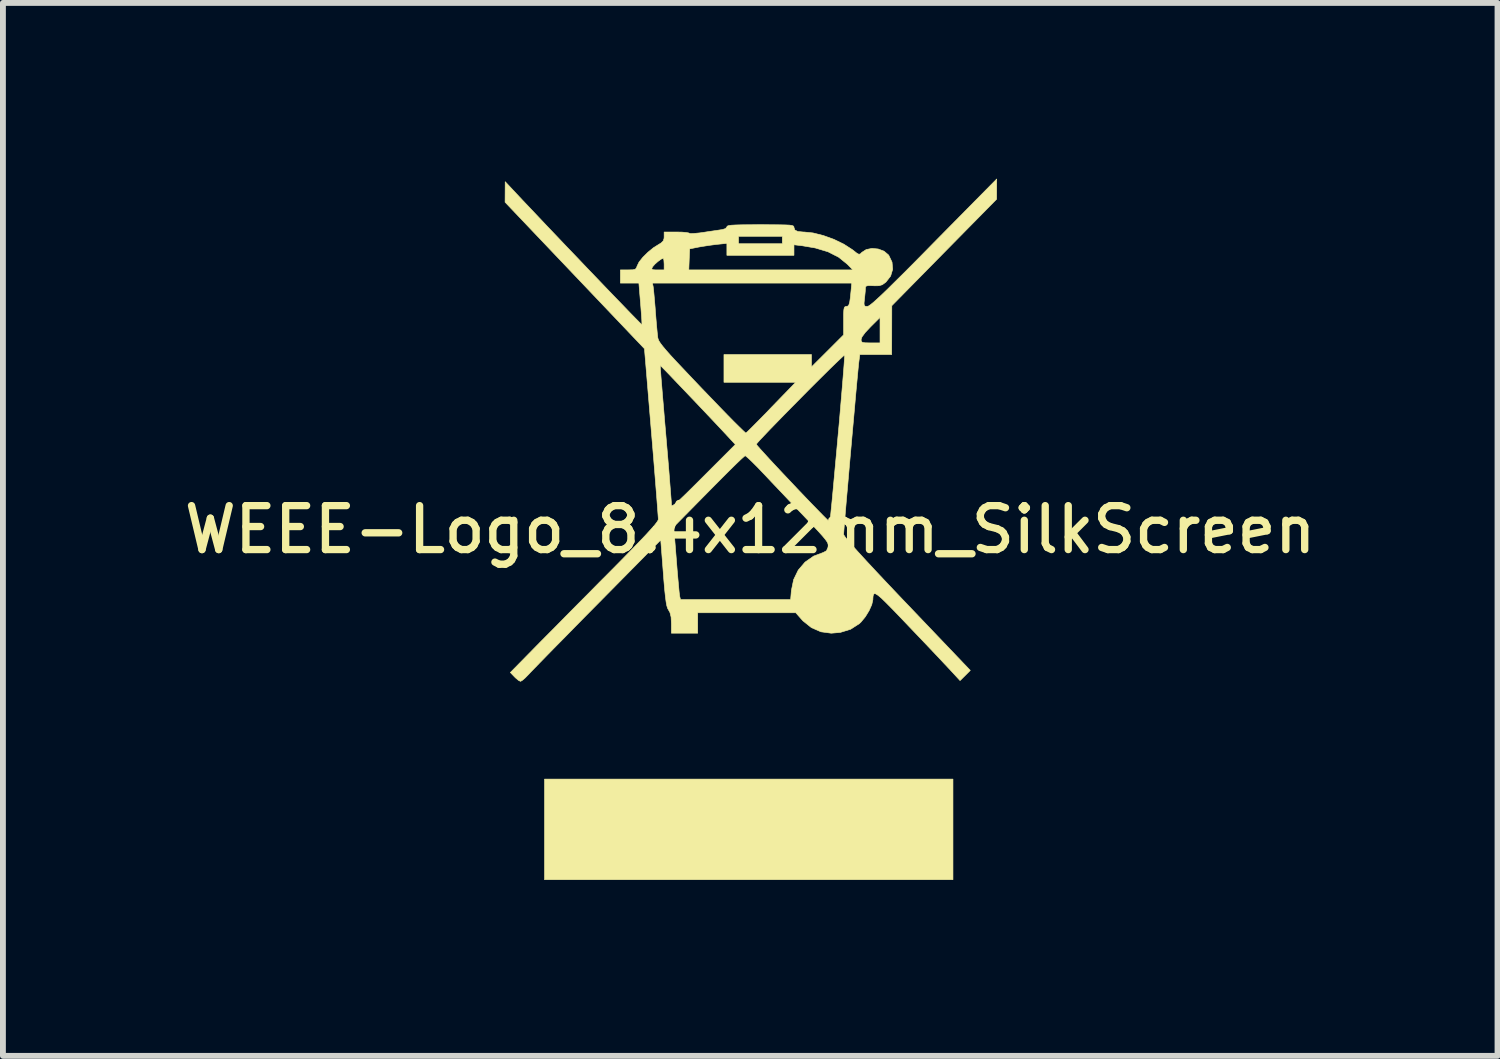
<source format=kicad_pcb>
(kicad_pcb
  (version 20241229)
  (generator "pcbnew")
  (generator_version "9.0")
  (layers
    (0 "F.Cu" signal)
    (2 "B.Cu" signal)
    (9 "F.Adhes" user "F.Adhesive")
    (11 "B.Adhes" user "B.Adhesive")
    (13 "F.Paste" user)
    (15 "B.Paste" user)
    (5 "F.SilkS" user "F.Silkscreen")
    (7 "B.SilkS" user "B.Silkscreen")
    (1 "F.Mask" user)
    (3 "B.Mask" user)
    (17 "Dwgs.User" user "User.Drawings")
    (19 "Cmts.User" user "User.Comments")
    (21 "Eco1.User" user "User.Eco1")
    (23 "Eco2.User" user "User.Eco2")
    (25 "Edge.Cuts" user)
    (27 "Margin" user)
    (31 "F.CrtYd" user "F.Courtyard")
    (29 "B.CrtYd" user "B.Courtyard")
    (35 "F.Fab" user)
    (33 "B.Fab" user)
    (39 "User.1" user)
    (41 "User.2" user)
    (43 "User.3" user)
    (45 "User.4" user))
  (footprint "WEEE-Logo_8.4x12mm_SilkScreen"
    (layer "F.Cu")
    (at 9.755 5.99)
    (property "Reference" "WEEE-Logo_8.4x12mm_SilkScreen" (at 0 0 0) (layer "F.SilkS") (effects (font (size 0.75 0.75) (thickness 0.125))))
    (attr exclude_from_pos_files exclude_from_bom allow_missing_courtyard)
    (fp_poly (pts (xy 3.461 5.976) (xy -3.511 5.976) (xy -3.511 4.258) (xy 3.461 4.258) (xy 3.461 5.976)) (stroke (width 0.01) (type solid)) (fill yes) (layer "F.SilkS"))
    (fp_poly (pts (xy 4.207 -5.813) (xy 4.206 -5.64) (xy 3.311 -4.731) (xy 2.417 -3.822) (xy 2.415 -2.988) (xy 1.871 -2.988) (xy 1.857 -2.882) (xy 1.851 -2.834) (xy 1.842 -2.743) (xy 1.83 -2.615) (xy 1.815 -2.456) (xy 1.798 -2.269) (xy 1.78 -2.062) (xy 1.76 -1.84) (xy 1.739 -1.607) (xy 1.718 -1.37) (xy 1.697 -1.133) (xy 1.677 -0.903) (xy 1.658 -0.684) (xy 1.64 -0.482) (xy 1.625 -0.303) (xy 1.612 -0.151) (xy 1.603 -0.033) (xy 1.597 0.047) (xy 1.594 0.082) (xy 1.594 0.082) (xy 1.61 0.111) (xy 1.656 0.17) (xy 1.733 0.26) (xy 1.842 0.381) (xy 1.983 0.535) (xy 2.157 0.722) (xy 2.365 0.943) (xy 2.608 1.199) (xy 2.676 1.27) (xy 3.757 2.403) (xy 3.67 2.49) (xy 3.582 2.577) (xy 3.441 2.424) (xy 3.389 2.368) (xy 3.308 2.282) (xy 3.204 2.171) (xy 3.081 2.041) (xy 2.945 1.898) (xy 2.801 1.747) (xy 2.715 1.657) (xy 2.554 1.488) (xy 2.423 1.352) (xy 2.32 1.248) (xy 2.242 1.172) (xy 2.184 1.123) (xy 2.144 1.097) (xy 2.118 1.093) (xy 2.104 1.108) (xy 2.097 1.139) (xy 2.094 1.184) (xy 2.094 1.197) (xy 2.075 1.281) (xy 2.029 1.384) (xy 1.965 1.488) (xy 1.892 1.577) (xy 1.863 1.605) (xy 1.713 1.701) (xy 1.537 1.755) (xy 1.383 1.768) (xy 1.207 1.744) (xy 1.045 1.673) (xy 0.901 1.558) (xy 0.875 1.529) (xy 0.778 1.419) (xy -0.896 1.419) (xy -0.896 1.768) (xy -1.345 1.768) (xy -1.345 1.605) (xy -1.35 1.494) (xy -1.369 1.417) (xy -1.392 1.375) (xy -1.409 1.345) (xy -1.423 1.301) (xy -1.435 1.238) (xy -1.447 1.148) (xy -1.46 1.025) (xy -1.474 0.863) (xy -1.483 0.742) (xy -1.527 0.177) (xy -2.601 1.265) (xy -2.796 1.462) (xy -2.982 1.651) (xy -3.157 1.83) (xy -3.318 1.993) (xy -3.461 2.139) (xy -3.582 2.263) (xy -3.678 2.362) (xy -3.747 2.433) (xy -3.783 2.472) (xy -3.843 2.533) (xy -3.894 2.576) (xy -3.921 2.59) (xy -3.955 2.573) (xy -4.005 2.531) (xy -4.022 2.514) (xy -4.094 2.439) (xy -3.697 2.035) (xy -3.596 1.932) (xy -3.465 1.8) (xy -3.31 1.644) (xy -3.138 1.469) (xy -2.954 1.283) (xy -2.763 1.091) (xy -2.572 0.897) (xy -2.434 0.759) (xy -2.225 0.548) (xy -2.05 0.369) (xy -1.906 0.22) (xy -1.79 0.099) (xy -1.702 0.003) (xy -1.658 -0.047) (xy -1.305 -0.047) (xy -1.26 0.518) (xy -1.247 0.684) (xy -1.234 0.835) (xy -1.222 0.965) (xy -1.213 1.064) (xy -1.205 1.126) (xy -1.203 1.139) (xy -1.19 1.195) (xy 0.69 1.195) (xy 0.703 1.039) (xy 0.741 0.854) (xy 0.82 0.691) (xy 0.936 0.555) (xy 1.083 0.452) (xy 1.248 0.39) (xy 1.302 0.361) (xy 1.329 0.299) (xy 1.329 0.296) (xy 1.332 0.27) (xy 1.328 0.243) (xy 1.313 0.21) (xy 1.283 0.167) (xy 1.234 0.108) (xy 1.163 0.029) (xy 1.065 -0.076) (xy 0.936 -0.211) (xy 0.928 -0.22) (xy 0.789 -0.365) (xy 0.642 -0.52) (xy 0.496 -0.674) (xy 0.362 -0.815) (xy 0.249 -0.935) (xy 0.224 -0.961) (xy 0.128 -1.062) (xy 0.042 -1.148) (xy -0.027 -1.214) (xy -0.072 -1.253) (xy -0.087 -1.261) (xy -0.11 -1.243) (xy -0.164 -1.194) (xy -0.244 -1.117) (xy -0.346 -1.017) (xy -0.466 -0.897) (xy -0.599 -0.763) (xy -0.709 -0.652) (xy -1.305 -0.047) (xy -1.658 -0.047) (xy -1.637 -0.07) (xy -1.595 -0.124) (xy -1.573 -0.159) (xy -1.568 -0.175) (xy -1.57 -0.211) (xy -1.576 -0.291) (xy -1.585 -0.412) (xy -1.597 -0.569) (xy -1.612 -0.757) (xy -1.629 -0.971) (xy -1.648 -1.207) (xy -1.669 -1.46) (xy -1.686 -1.662) (xy -1.781 -2.803) (xy -1.536 -2.803) (xy -1.535 -2.778) (xy -1.53 -2.709) (xy -1.522 -2.6) (xy -1.51 -2.456) (xy -1.496 -2.282) (xy -1.479 -2.083) (xy -1.461 -1.863) (xy -1.443 -1.655) (xy -1.423 -1.419) (xy -1.404 -1.196) (xy -1.387 -0.992) (xy -1.373 -0.811) (xy -1.361 -0.66) (xy -1.352 -0.543) (xy -1.346 -0.466) (xy -1.345 -0.436) (xy -1.343 -0.417) (xy -1.333 -0.41) (xy -1.314 -0.417) (xy -1.28 -0.441) (xy -1.228 -0.486) (xy -1.156 -0.554) (xy -1.058 -0.649) (xy -0.932 -0.774) (xy -0.799 -0.907) (xy -0.253 -1.453) (xy -0.257 -1.457) (xy 0.104 -1.457) (xy 0.121 -1.434) (xy 0.167 -1.381) (xy 0.238 -1.303) (xy 0.329 -1.203) (xy 0.436 -1.088) (xy 0.555 -0.961) (xy 0.68 -0.829) (xy 0.806 -0.695) (xy 0.93 -0.565) (xy 1.047 -0.443) (xy 1.152 -0.335) (xy 1.24 -0.245) (xy 1.307 -0.178) (xy 1.348 -0.139) (xy 1.36 -0.131) (xy 1.363 -0.157) (xy 1.371 -0.227) (xy 1.382 -0.339) (xy 1.397 -0.487) (xy 1.414 -0.667) (xy 1.433 -0.874) (xy 1.454 -1.104) (xy 1.477 -1.353) (xy 1.495 -1.553) (xy 1.519 -1.813) (xy 1.54 -2.059) (xy 1.559 -2.284) (xy 1.576 -2.486) (xy 1.59 -2.659) (xy 1.601 -2.799) (xy 1.608 -2.902) (xy 1.612 -2.963) (xy 1.611 -2.979) (xy 1.592 -2.965) (xy 1.542 -2.919) (xy 1.466 -2.847) (xy 1.368 -2.752) (xy 1.254 -2.639) (xy 1.126 -2.512) (xy 0.99 -2.376) (xy 0.85 -2.234) (xy 0.711 -2.093) (xy 0.575 -1.955) (xy 0.449 -1.825) (xy 0.336 -1.709) (xy 0.241 -1.609) (xy 0.167 -1.531) (xy 0.121 -1.479) (xy 0.104 -1.457) (xy -0.257 -1.457) (xy -0.456 -1.671) (xy -0.56 -1.782) (xy -0.676 -1.905) (xy -0.801 -2.037) (xy -0.929 -2.172) (xy -1.056 -2.305) (xy -1.177 -2.432) (xy -1.288 -2.548) (xy -1.383 -2.648) (xy -1.46 -2.727) (xy -1.512 -2.78) (xy -1.536 -2.802) (xy -1.536 -2.803) (xy -1.781 -2.803) (xy -1.805 -3.088) (xy -4.184 -5.589) (xy -4.182 -5.939) (xy -3.99 -5.734) (xy -3.882 -5.619) (xy -3.755 -5.485) (xy -3.612 -5.334) (xy -3.457 -5.17) (xy -3.292 -4.997) (xy -3.122 -4.818) (xy -2.949 -4.638) (xy -2.778 -4.458) (xy -2.611 -4.284) (xy -2.452 -4.118) (xy -2.304 -3.964) (xy -2.171 -3.827) (xy -2.057 -3.708) (xy -1.964 -3.613) (xy -1.896 -3.544) (xy -1.857 -3.505) (xy -1.848 -3.497) (xy -1.848 -3.523) (xy -1.851 -3.59) (xy -1.858 -3.688) (xy -1.867 -3.808) (xy -1.871 -3.856) (xy -1.9 -4.208) (xy -1.669 -4.208) (xy -1.657 -4.152) (xy -1.651 -4.108) (xy -1.643 -4.025) (xy -1.633 -3.913) (xy -1.622 -3.783) (xy -1.619 -3.735) (xy -1.608 -3.598) (xy -1.597 -3.47) (xy -1.587 -3.364) (xy -1.579 -3.292) (xy -1.578 -3.279) (xy -1.571 -3.252) (xy -1.557 -3.22) (xy -1.532 -3.181) (xy -1.493 -3.13) (xy -1.437 -3.063) (xy -1.362 -2.978) (xy -1.263 -2.871) (xy -1.138 -2.739) (xy -0.985 -2.577) (xy -0.828 -2.412) (xy -0.672 -2.25) (xy -0.527 -2.099) (xy -0.396 -1.964) (xy -0.282 -1.848) (xy -0.189 -1.756) (xy -0.121 -1.69) (xy -0.082 -1.654) (xy -0.074 -1.649) (xy -0.051 -1.668) (xy 0.000058 -1.718) (xy 0.076 -1.794) (xy 0.172 -1.891) (xy 0.282 -2.003) (xy 0.361 -2.086) (xy 0.777 -2.515) (xy -0.448 -2.515) (xy -0.448 -2.988) (xy 1.046 -2.988) (xy 1.046 -2.777) (xy 1.32 -3.05) (xy 1.514 -3.244) (xy 1.893 -3.244) (xy 1.896 -3.214) (xy 1.914 -3.197) (xy 1.959 -3.189) (xy 2.04 -3.187) (xy 2.054 -3.187) (xy 2.216 -3.187) (xy 2.216 -3.622) (xy 2.054 -3.461) (xy 1.963 -3.364) (xy 1.908 -3.289) (xy 1.893 -3.244) (xy 1.514 -3.244) (xy 1.594 -3.324) (xy 1.594 -3.567) (xy 1.594 -3.679) (xy 1.598 -3.75) (xy 1.606 -3.789) (xy 1.62 -3.806) (xy 1.642 -3.81) (xy 1.666 -3.815) (xy 1.684 -3.836) (xy 1.698 -3.881) (xy 1.709 -3.957) (xy 1.721 -4.073) (xy 1.725 -4.115) (xy 1.733 -4.208) (xy -1.669 -4.208) (xy -1.9 -4.208) (xy -2.216 -4.208) (xy -2.216 -4.433) (xy -2.082 -4.433) (xy -2.003 -4.435) (xy -1.961 -4.445) (xy -1.956 -4.451) (xy -1.681 -4.451) (xy -1.666 -4.437) (xy -1.616 -4.433) (xy -1.582 -4.433) (xy -1.469 -4.433) (xy -1.048 -4.433) (xy 1.753 -4.433) (xy 1.658 -4.53) (xy 1.511 -4.649) (xy 1.329 -4.742) (xy 1.109 -4.808) (xy 0.89 -4.845) (xy 0.747 -4.862) (xy 0.747 -4.682) (xy -0.398 -4.682) (xy -0.398 -4.886) (xy -0.567 -4.869) (xy -0.684 -4.854) (xy -0.809 -4.835) (xy -0.884 -4.822) (xy -1.033 -4.792) (xy -1.041 -4.612) (xy -1.048 -4.433) (xy -1.469 -4.433) (xy -1.469 -4.532) (xy -1.473 -4.595) (xy -1.481 -4.629) (xy -1.484 -4.632) (xy -1.521 -4.616) (xy -1.575 -4.577) (xy -1.629 -4.529) (xy -1.666 -4.486) (xy -1.669 -4.481) (xy -1.681 -4.451) (xy -1.956 -4.451) (xy -1.94 -4.47) (xy -1.932 -4.496) (xy -1.898 -4.566) (xy -1.832 -4.649) (xy -1.746 -4.734) (xy -1.652 -4.811) (xy -1.59 -4.85) (xy -1.519 -4.894) (xy -1.483 -4.93) (xy -1.47 -4.973) (xy -1.469 -4.999) (xy -1.469 -5.005) (xy -0.199 -5.005) (xy -0.199 -4.881) (xy 0.548 -4.881) (xy 0.548 -5.005) (xy -0.199 -5.005) (xy -1.469 -5.005) (xy -1.469 -5.08) (xy -1.26 -5.08) (xy -1.163 -5.078) (xy -1.088 -5.071) (xy -1.046 -5.063) (xy -1.042 -5.059) (xy -1.015 -5.053) (xy -0.951 -5.056) (xy -0.859 -5.065) (xy -0.797 -5.074) (xy -0.684 -5.091) (xy -0.58 -5.106) (xy -0.502 -5.118) (xy -0.479 -5.121) (xy -0.42 -5.139) (xy -0.398 -5.168) (xy -0.392 -5.18) (xy -0.369 -5.189) (xy -0.323 -5.196) (xy -0.25 -5.2) (xy -0.143 -5.203) (xy 0.003 -5.204) (xy 0.174 -5.205) (xy 0.358 -5.204) (xy 0.497 -5.203) (xy 0.598 -5.201) (xy 0.668 -5.198) (xy 0.712 -5.192) (xy 0.735 -5.183) (xy 0.745 -5.171) (xy 0.747 -5.157) (xy 0.762 -5.114) (xy 0.812 -5.089) (xy 0.903 -5.08) (xy 0.919 -5.08) (xy 1.073 -5.064) (xy 1.248 -5.02) (xy 1.428 -4.955) (xy 1.597 -4.873) (xy 1.74 -4.781) (xy 1.759 -4.767) (xy 1.819 -4.719) (xy 1.855 -4.7) (xy 1.88 -4.706) (xy 1.905 -4.732) (xy 1.981 -4.781) (xy 2.079 -4.8) (xy 2.185 -4.79) (xy 2.284 -4.753) (xy 2.359 -4.69) (xy 2.365 -4.683) (xy 2.421 -4.566) (xy 2.432 -4.444) (xy 2.397 -4.328) (xy 2.319 -4.228) (xy 2.31 -4.22) (xy 2.255 -4.18) (xy 2.198 -4.163) (xy 2.12 -4.162) (xy 2.1 -4.163) (xy 2.023 -4.166) (xy 1.983 -4.159) (xy 1.968 -4.14) (xy 1.967 -4.121) (xy 1.964 -4.068) (xy 1.956 -3.988) (xy 1.951 -3.941) (xy 1.943 -3.865) (xy 1.947 -3.826) (xy 1.965 -3.812) (xy 1.999 -3.81) (xy 2.019 -3.816) (xy 2.051 -3.837) (xy 2.098 -3.875) (xy 2.161 -3.931) (xy 2.244 -4.008) (xy 2.349 -4.109) (xy 2.477 -4.236) (xy 2.633 -4.39) (xy 2.817 -4.575) (xy 3.032 -4.793) (xy 3.135 -4.898) (xy 4.208 -5.985) (xy 4.207 -5.813)) (stroke (width 0.01) (type solid)) (fill yes) (layer "F.SilkS")))
  (gr_rect
    (start -3 -3)
    (end 22.511 14.972)
    (stroke (width 0.1) (type default))
    (fill no)
    (layer "Edge.Cuts")))
</source>
